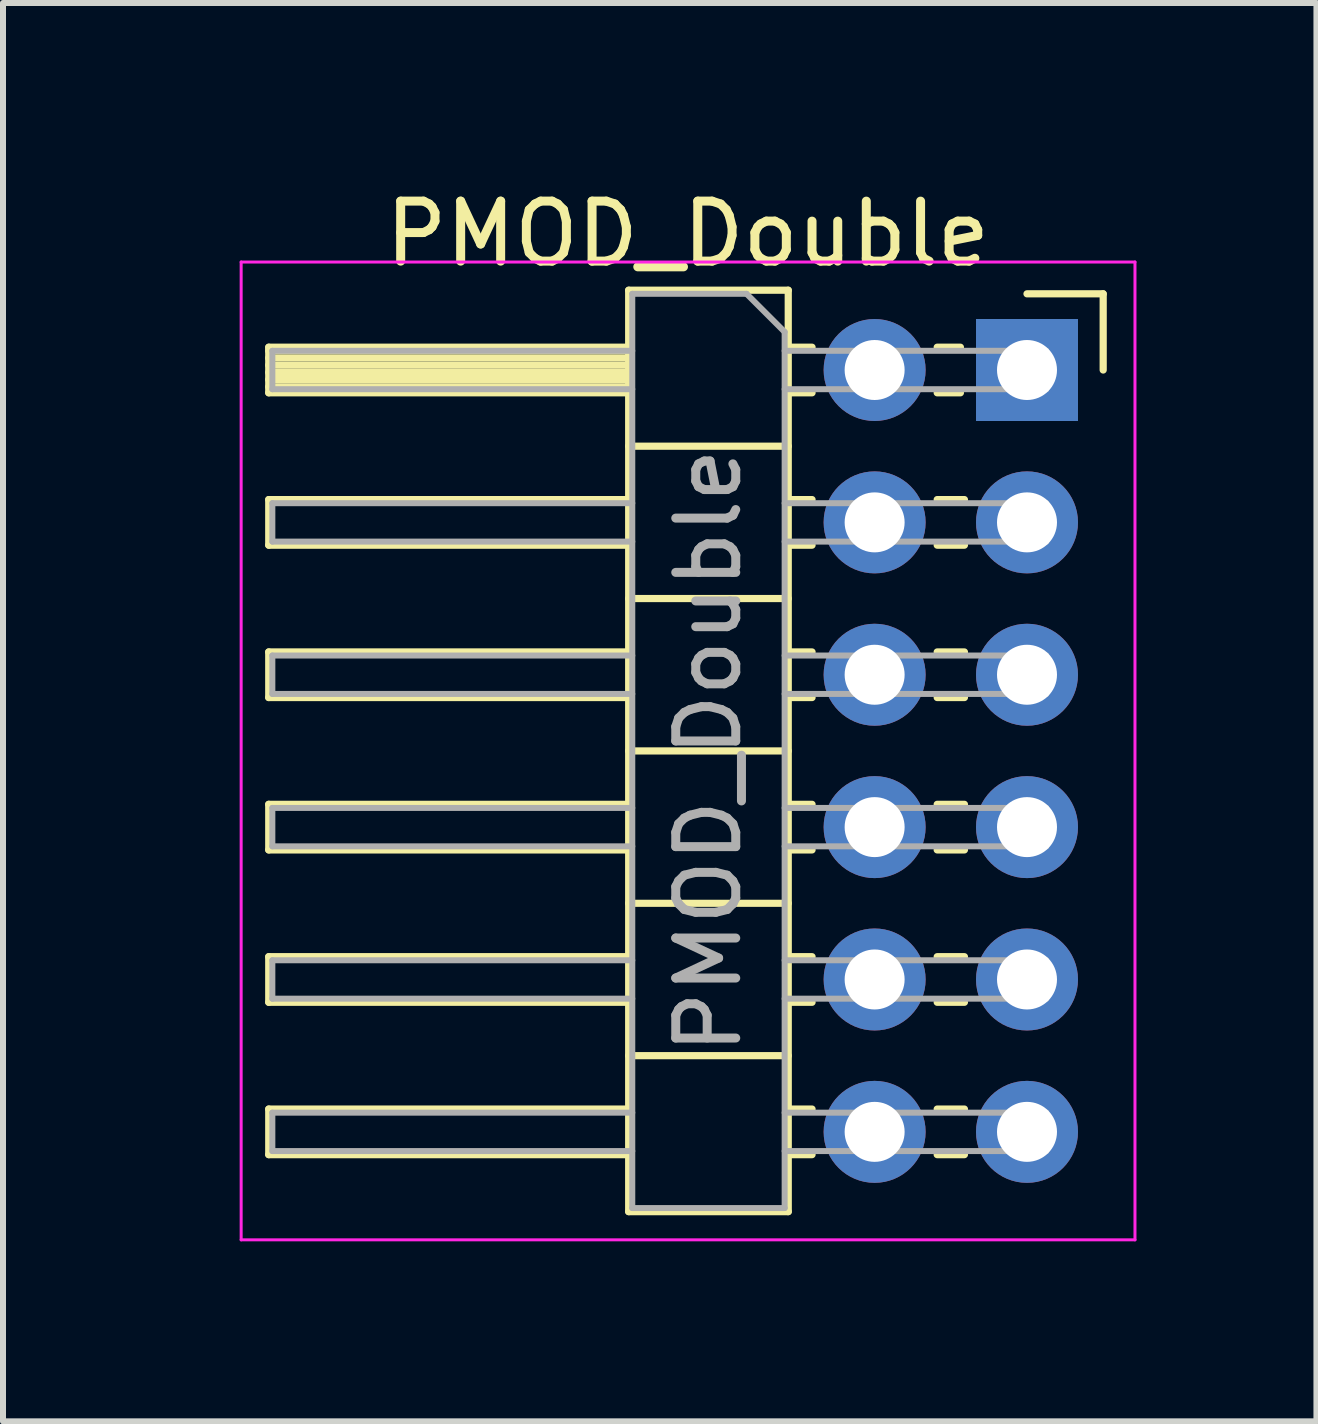
<source format=kicad_pcb>
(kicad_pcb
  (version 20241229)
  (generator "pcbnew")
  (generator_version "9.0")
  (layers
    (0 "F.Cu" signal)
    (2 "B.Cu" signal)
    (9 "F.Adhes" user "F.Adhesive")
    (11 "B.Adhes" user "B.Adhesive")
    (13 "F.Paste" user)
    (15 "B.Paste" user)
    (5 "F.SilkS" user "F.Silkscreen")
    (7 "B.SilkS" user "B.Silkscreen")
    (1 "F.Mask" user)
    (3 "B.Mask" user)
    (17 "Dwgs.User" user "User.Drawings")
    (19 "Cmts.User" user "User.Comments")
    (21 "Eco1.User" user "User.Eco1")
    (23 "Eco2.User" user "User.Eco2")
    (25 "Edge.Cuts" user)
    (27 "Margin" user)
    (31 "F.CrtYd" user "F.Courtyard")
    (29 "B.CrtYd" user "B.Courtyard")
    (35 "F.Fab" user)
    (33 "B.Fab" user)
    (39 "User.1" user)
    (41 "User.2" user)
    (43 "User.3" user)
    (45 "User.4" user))
  (footprint "PMOD_Double"
    (layer "F.Cu")
    (at 0.25 3.118)
    (property "Reference" "PMOD_Double" (at 8.165 -2.27 0) (layer "F.SilkS") (effects (font (size 1 1) (thickness 0.15))))
    (attr through_hole)
    (fp_line (start 1.18 -0.38) (end 1.18 0.38) (stroke (width 0.12) (type solid)) (layer "F.SilkS"))
    (fp_line (start 1.18 0.38) (end 7.18 0.38) (stroke (width 0.12) (type solid)) (layer "F.SilkS"))
    (fp_line (start 1.18 2.16) (end 1.18 2.92) (stroke (width 0.12) (type solid)) (layer "F.SilkS"))
    (fp_line (start 1.18 2.92) (end 7.18 2.92) (stroke (width 0.12) (type solid)) (layer "F.SilkS"))
    (fp_line (start 1.18 4.7) (end 1.18 5.46) (stroke (width 0.12) (type solid)) (layer "F.SilkS"))
    (fp_line (start 1.18 5.46) (end 7.18 5.46) (stroke (width 0.12) (type solid)) (layer "F.SilkS"))
    (fp_line (start 1.18 7.24) (end 1.18 8) (stroke (width 0.12) (type solid)) (layer "F.SilkS"))
    (fp_line (start 1.18 8) (end 7.18 8) (stroke (width 0.12) (type solid)) (layer "F.SilkS"))
    (fp_line (start 1.18 9.78) (end 1.18 10.54) (stroke (width 0.12) (type solid)) (layer "F.SilkS"))
    (fp_line (start 1.18 10.54) (end 7.18 10.54) (stroke (width 0.12) (type solid)) (layer "F.SilkS"))
    (fp_line (start 1.18 12.32) (end 1.18 13.08) (stroke (width 0.12) (type solid)) (layer "F.SilkS"))
    (fp_line (start 1.18 13.08) (end 7.18 13.08) (stroke (width 0.12) (type solid)) (layer "F.SilkS"))
    (fp_line (start 7.18 -1.33) (end 9.84 -1.33) (stroke (width 0.12) (type solid)) (layer "F.SilkS"))
    (fp_line (start 7.18 -0.38) (end 1.18 -0.38) (stroke (width 0.12) (type solid)) (layer "F.SilkS"))
    (fp_line (start 7.18 -0.32) (end 1.18 -0.32) (stroke (width 0.12) (type solid)) (layer "F.SilkS"))
    (fp_line (start 7.18 -0.2) (end 1.18 -0.2) (stroke (width 0.12) (type solid)) (layer "F.SilkS"))
    (fp_line (start 7.18 -0.08) (end 1.18 -0.08) (stroke (width 0.12) (type solid)) (layer "F.SilkS"))
    (fp_line (start 7.18 0.04) (end 1.18 0.04) (stroke (width 0.12) (type solid)) (layer "F.SilkS"))
    (fp_line (start 7.18 0.16) (end 1.18 0.16) (stroke (width 0.12) (type solid)) (layer "F.SilkS"))
    (fp_line (start 7.18 0.28) (end 1.18 0.28) (stroke (width 0.12) (type solid)) (layer "F.SilkS"))
    (fp_line (start 7.18 2.16) (end 1.18 2.16) (stroke (width 0.12) (type solid)) (layer "F.SilkS"))
    (fp_line (start 7.18 4.7) (end 1.18 4.7) (stroke (width 0.12) (type solid)) (layer "F.SilkS"))
    (fp_line (start 7.18 7.24) (end 1.18 7.24) (stroke (width 0.12) (type solid)) (layer "F.SilkS"))
    (fp_line (start 7.18 9.78) (end 1.18 9.78) (stroke (width 0.12) (type solid)) (layer "F.SilkS"))
    (fp_line (start 7.18 12.32) (end 1.18 12.32) (stroke (width 0.12) (type solid)) (layer "F.SilkS"))
    (fp_line (start 7.18 14.03) (end 7.18 -1.33) (stroke (width 0.12) (type solid)) (layer "F.SilkS"))
    (fp_line (start 9.84 -1.33) (end 9.84 14.03) (stroke (width 0.12) (type solid)) (layer "F.SilkS"))
    (fp_line (start 9.84 1.27) (end 7.18 1.27) (stroke (width 0.12) (type solid)) (layer "F.SilkS"))
    (fp_line (start 9.84 3.81) (end 7.18 3.81) (stroke (width 0.12) (type solid)) (layer "F.SilkS"))
    (fp_line (start 9.84 6.35) (end 7.18 6.35) (stroke (width 0.12) (type solid)) (layer "F.SilkS"))
    (fp_line (start 9.84 8.89) (end 7.18 8.89) (stroke (width 0.12) (type solid)) (layer "F.SilkS"))
    (fp_line (start 9.84 11.43) (end 7.18 11.43) (stroke (width 0.12) (type solid)) (layer "F.SilkS"))
    (fp_line (start 9.84 14.03) (end 7.18 14.03) (stroke (width 0.12) (type solid)) (layer "F.SilkS"))
    (fp_line (start 10.237 -0.38) (end 9.84 -0.38) (stroke (width 0.12) (type solid)) (layer "F.SilkS"))
    (fp_line (start 10.237 0.38) (end 9.84 0.38) (stroke (width 0.12) (type solid)) (layer "F.SilkS"))
    (fp_line (start 10.237 2.16) (end 9.84 2.16) (stroke (width 0.12) (type solid)) (layer "F.SilkS"))
    (fp_line (start 10.237 2.92) (end 9.84 2.92) (stroke (width 0.12) (type solid)) (layer "F.SilkS"))
    (fp_line (start 10.237 4.7) (end 9.84 4.7) (stroke (width 0.12) (type solid)) (layer "F.SilkS"))
    (fp_line (start 10.237 5.46) (end 9.84 5.46) (stroke (width 0.12) (type solid)) (layer "F.SilkS"))
    (fp_line (start 10.237 7.24) (end 9.84 7.24) (stroke (width 0.12) (type solid)) (layer "F.SilkS"))
    (fp_line (start 10.237 8) (end 9.84 8) (stroke (width 0.12) (type solid)) (layer "F.SilkS"))
    (fp_line (start 10.237 9.78) (end 9.84 9.78) (stroke (width 0.12) (type solid)) (layer "F.SilkS"))
    (fp_line (start 10.237 10.54) (end 9.84 10.54) (stroke (width 0.12) (type solid)) (layer "F.SilkS"))
    (fp_line (start 10.237 12.32) (end 9.84 12.32) (stroke (width 0.12) (type solid)) (layer "F.SilkS"))
    (fp_line (start 10.237 13.08) (end 9.84 13.08) (stroke (width 0.12) (type solid)) (layer "F.SilkS"))
    (fp_line (start 12.71 -0.38) (end 12.323 -0.38) (stroke (width 0.12) (type solid)) (layer "F.SilkS"))
    (fp_line (start 12.71 0.38) (end 12.323 0.38) (stroke (width 0.12) (type solid)) (layer "F.SilkS"))
    (fp_line (start 12.777 2.16) (end 12.323 2.16) (stroke (width 0.12) (type solid)) (layer "F.SilkS"))
    (fp_line (start 12.777 2.92) (end 12.323 2.92) (stroke (width 0.12) (type solid)) (layer "F.SilkS"))
    (fp_line (start 12.777 4.7) (end 12.323 4.7) (stroke (width 0.12) (type solid)) (layer "F.SilkS"))
    (fp_line (start 12.777 5.46) (end 12.323 5.46) (stroke (width 0.12) (type solid)) (layer "F.SilkS"))
    (fp_line (start 12.777 7.24) (end 12.323 7.24) (stroke (width 0.12) (type solid)) (layer "F.SilkS"))
    (fp_line (start 12.777 8) (end 12.323 8) (stroke (width 0.12) (type solid)) (layer "F.SilkS"))
    (fp_line (start 12.777 9.78) (end 12.323 9.78) (stroke (width 0.12) (type solid)) (layer "F.SilkS"))
    (fp_line (start 12.777 10.54) (end 12.323 10.54) (stroke (width 0.12) (type solid)) (layer "F.SilkS"))
    (fp_line (start 12.777 12.32) (end 12.323 12.32) (stroke (width 0.12) (type solid)) (layer "F.SilkS"))
    (fp_line (start 12.777 13.08) (end 12.323 13.08) (stroke (width 0.12) (type solid)) (layer "F.SilkS"))
    (fp_line (start 15.09 -1.27) (end 13.82 -1.27) (stroke (width 0.12) (type solid)) (layer "F.SilkS"))
    (fp_line (start 15.09 0) (end 15.09 -1.27) (stroke (width 0.12) (type solid)) (layer "F.SilkS"))
    (fp_line (start 0.72 -1.8) (end 15.62 -1.8) (stroke (width 0.05) (type solid)) (layer "F.CrtYd"))
    (fp_line (start 0.72 14.5) (end 0.72 -1.8) (stroke (width 0.05) (type solid)) (layer "F.CrtYd"))
    (fp_line (start 15.62 -1.8) (end 15.62 14.5) (stroke (width 0.05) (type solid)) (layer "F.CrtYd"))
    (fp_line (start 15.62 14.5) (end 0.72 14.5) (stroke (width 0.05) (type solid)) (layer "F.CrtYd"))
    (fp_line (start 1.24 -0.32) (end 1.24 0.32) (stroke (width 0.1) (type solid)) (layer "F.Fab"))
    (fp_line (start 1.24 2.22) (end 1.24 2.86) (stroke (width 0.1) (type solid)) (layer "F.Fab"))
    (fp_line (start 1.24 4.76) (end 1.24 5.4) (stroke (width 0.1) (type solid)) (layer "F.Fab"))
    (fp_line (start 1.24 7.3) (end 1.24 7.94) (stroke (width 0.1) (type solid)) (layer "F.Fab"))
    (fp_line (start 1.24 9.84) (end 1.24 10.48) (stroke (width 0.1) (type solid)) (layer "F.Fab"))
    (fp_line (start 1.24 12.38) (end 1.24 13.02) (stroke (width 0.1) (type solid)) (layer "F.Fab"))
    (fp_line (start 7.24 -1.27) (end 7.24 13.97) (stroke (width 0.1) (type solid)) (layer "F.Fab"))
    (fp_line (start 7.24 -0.32) (end 1.24 -0.32) (stroke (width 0.1) (type solid)) (layer "F.Fab"))
    (fp_line (start 7.24 0.32) (end 1.24 0.32) (stroke (width 0.1) (type solid)) (layer "F.Fab"))
    (fp_line (start 7.24 2.22) (end 1.24 2.22) (stroke (width 0.1) (type solid)) (layer "F.Fab"))
    (fp_line (start 7.24 2.86) (end 1.24 2.86) (stroke (width 0.1) (type solid)) (layer "F.Fab"))
    (fp_line (start 7.24 4.76) (end 1.24 4.76) (stroke (width 0.1) (type solid)) (layer "F.Fab"))
    (fp_line (start 7.24 5.4) (end 1.24 5.4) (stroke (width 0.1) (type solid)) (layer "F.Fab"))
    (fp_line (start 7.24 7.3) (end 1.24 7.3) (stroke (width 0.1) (type solid)) (layer "F.Fab"))
    (fp_line (start 7.24 7.94) (end 1.24 7.94) (stroke (width 0.1) (type solid)) (layer "F.Fab"))
    (fp_line (start 7.24 9.84) (end 1.24 9.84) (stroke (width 0.1) (type solid)) (layer "F.Fab"))
    (fp_line (start 7.24 10.48) (end 1.24 10.48) (stroke (width 0.1) (type solid)) (layer "F.Fab"))
    (fp_line (start 7.24 12.38) (end 1.24 12.38) (stroke (width 0.1) (type solid)) (layer "F.Fab"))
    (fp_line (start 7.24 13.02) (end 1.24 13.02) (stroke (width 0.1) (type solid)) (layer "F.Fab"))
    (fp_line (start 7.24 13.97) (end 9.78 13.97) (stroke (width 0.1) (type solid)) (layer "F.Fab"))
    (fp_line (start 9.145 -1.27) (end 7.24 -1.27) (stroke (width 0.1) (type solid)) (layer "F.Fab"))
    (fp_line (start 9.78 -0.635) (end 9.145 -1.27) (stroke (width 0.1) (type solid)) (layer "F.Fab"))
    (fp_line (start 9.78 13.97) (end 9.78 -0.635) (stroke (width 0.1) (type solid)) (layer "F.Fab"))
    (fp_line (start 14.14 -0.32) (end 9.78 -0.32) (stroke (width 0.1) (type solid)) (layer "F.Fab"))
    (fp_line (start 14.14 -0.32) (end 14.14 0.32) (stroke (width 0.1) (type solid)) (layer "F.Fab"))
    (fp_line (start 14.14 0.32) (end 9.78 0.32) (stroke (width 0.1) (type solid)) (layer "F.Fab"))
    (fp_line (start 14.14 2.22) (end 9.78 2.22) (stroke (width 0.1) (type solid)) (layer "F.Fab"))
    (fp_line (start 14.14 2.22) (end 14.14 2.86) (stroke (width 0.1) (type solid)) (layer "F.Fab"))
    (fp_line (start 14.14 2.86) (end 9.78 2.86) (stroke (width 0.1) (type solid)) (layer "F.Fab"))
    (fp_line (start 14.14 4.76) (end 9.78 4.76) (stroke (width 0.1) (type solid)) (layer "F.Fab"))
    (fp_line (start 14.14 4.76) (end 14.14 5.4) (stroke (width 0.1) (type solid)) (layer "F.Fab"))
    (fp_line (start 14.14 5.4) (end 9.78 5.4) (stroke (width 0.1) (type solid)) (layer "F.Fab"))
    (fp_line (start 14.14 7.3) (end 9.78 7.3) (stroke (width 0.1) (type solid)) (layer "F.Fab"))
    (fp_line (start 14.14 7.3) (end 14.14 7.94) (stroke (width 0.1) (type solid)) (layer "F.Fab"))
    (fp_line (start 14.14 7.94) (end 9.78 7.94) (stroke (width 0.1) (type solid)) (layer "F.Fab"))
    (fp_line (start 14.14 9.84) (end 9.78 9.84) (stroke (width 0.1) (type solid)) (layer "F.Fab"))
    (fp_line (start 14.14 9.84) (end 14.14 10.48) (stroke (width 0.1) (type solid)) (layer "F.Fab"))
    (fp_line (start 14.14 10.48) (end 9.78 10.48) (stroke (width 0.1) (type solid)) (layer "F.Fab"))
    (fp_line (start 14.14 12.38) (end 9.78 12.38) (stroke (width 0.1) (type solid)) (layer "F.Fab"))
    (fp_line (start 14.14 12.38) (end 14.14 13.02) (stroke (width 0.1) (type solid)) (layer "F.Fab"))
    (fp_line (start 14.14 13.02) (end 9.78 13.02) (stroke (width 0.1) (type solid)) (layer "F.Fab"))
    (fp_text user "${REFERENCE}" (at 8.51 6.35 90) (layer "F.Fab") (effects (font (size 1 1) (thickness 0.15))))
    (pad "1" thru_hole rect (at 13.82 0) (size 1.7 1.7) (drill 1) (layers "*.Cu" "*.Mask"))
    (pad "2" thru_hole oval (at 13.82 2.54) (size 1.7 1.7) (drill 1) (layers "*.Cu" "*.Mask"))
    (pad "3" thru_hole oval (at 13.82 5.08) (size 1.7 1.7) (drill 1) (layers "*.Cu" "*.Mask"))
    (pad "4" thru_hole oval (at 13.82 7.62) (size 1.7 1.7) (drill 1) (layers "*.Cu" "*.Mask"))
    (pad "5" thru_hole oval (at 13.82 10.16) (size 1.7 1.7) (drill 1) (layers "*.Cu" "*.Mask"))
    (pad "6" thru_hole oval (at 13.82 12.7) (size 1.7 1.7) (drill 1) (layers "*.Cu" "*.Mask"))
    (pad "7" thru_hole oval (at 11.28 0) (size 1.7 1.7) (drill 1) (layers "*.Cu" "*.Mask"))
    (pad "8" thru_hole oval (at 11.28 2.54) (size 1.7 1.7) (drill 1) (layers "*.Cu" "*.Mask"))
    (pad "9" thru_hole oval (at 11.28 5.08) (size 1.7 1.7) (drill 1) (layers "*.Cu" "*.Mask"))
    (pad "10" thru_hole oval (at 11.28 7.62) (size 1.7 1.7) (drill 1) (layers "*.Cu" "*.Mask"))
    (pad "11" thru_hole oval (at 11.28 10.16) (size 1.7 1.7) (drill 1) (layers "*.Cu" "*.Mask"))
    (pad "12" thru_hole oval (at 11.28 12.7) (size 1.7 1.7) (drill 1) (layers "*.Cu" "*.Mask")))
  (gr_rect
    (start -3 -3)
    (end 18.895 20.643)
    (stroke (width 0.1) (type default))
    (fill no)
    (layer "Edge.Cuts")))
</source>
